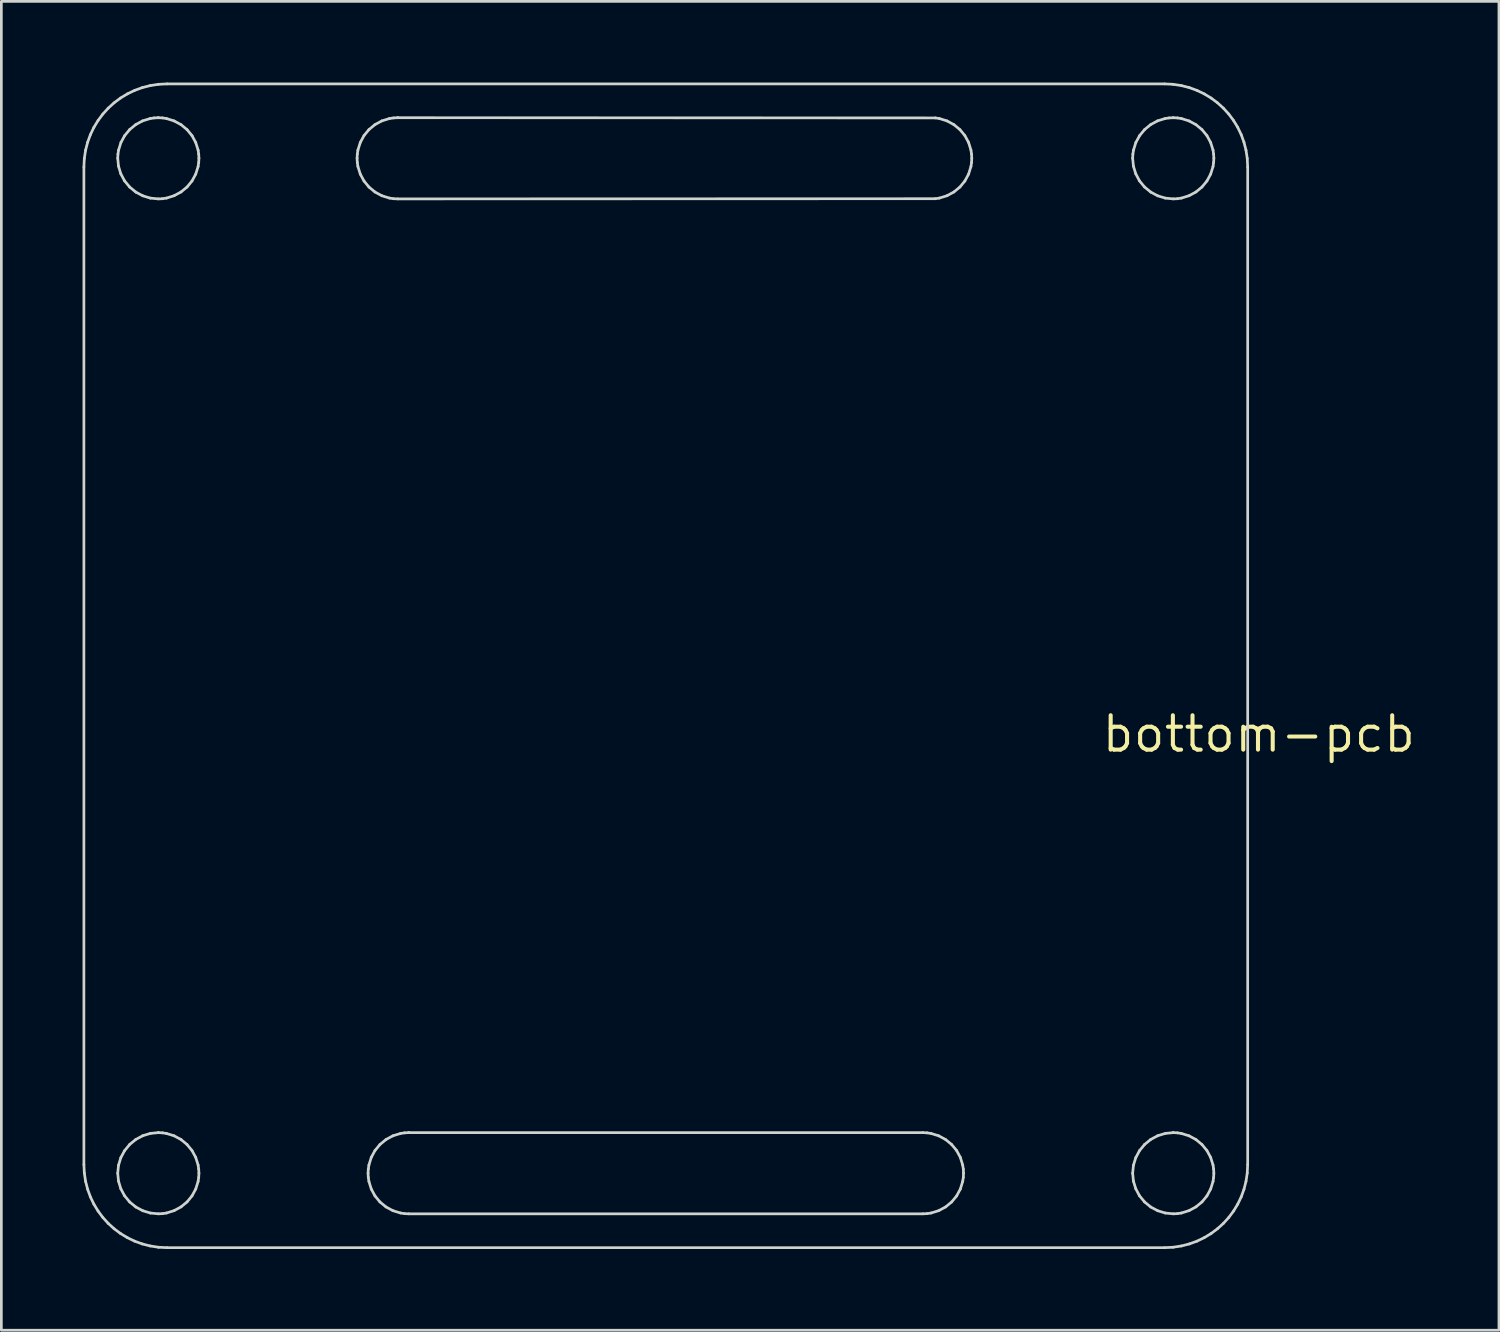
<source format=kicad_pcb>
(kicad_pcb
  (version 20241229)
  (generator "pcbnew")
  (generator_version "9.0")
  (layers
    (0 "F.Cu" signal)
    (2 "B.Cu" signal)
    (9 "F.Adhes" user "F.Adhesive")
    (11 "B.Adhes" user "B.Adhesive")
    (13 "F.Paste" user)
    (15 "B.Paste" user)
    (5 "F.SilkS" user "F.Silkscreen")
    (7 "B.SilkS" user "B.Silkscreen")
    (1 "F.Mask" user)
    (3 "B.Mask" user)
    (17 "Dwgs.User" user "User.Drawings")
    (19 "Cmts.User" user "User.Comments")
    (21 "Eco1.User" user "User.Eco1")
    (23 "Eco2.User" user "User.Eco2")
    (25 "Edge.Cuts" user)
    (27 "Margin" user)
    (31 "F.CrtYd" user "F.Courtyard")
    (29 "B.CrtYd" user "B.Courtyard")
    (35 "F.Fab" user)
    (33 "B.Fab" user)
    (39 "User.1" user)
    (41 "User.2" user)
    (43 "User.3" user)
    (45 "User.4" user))
  (footprint "bottom-pcb"
    (layer "F.Cu")
    (at 43.461 24.068)
    (property "Reference" "bottom-pcb" (at 0 0 0) (layer "F.SilkS") (effects (font (size 1.27 1.27) (thickness 0.15))))
    (attr through_hole)
    (fp_line (start -33.223 -21.26) (end -10.719 -21.26) (stroke (width 0.15) (type solid)) (layer "Eco1.User"))
    (fp_line (start -43.411 -20.947) (end -43.411 15.91) (stroke (width 0.1) (type solid)) (layer "Edge.Cuts"))
    (fp_line (start -43.411 15.91) (end -43.395 16.225) (stroke (width 0.1) (type solid)) (layer "Edge.Cuts"))
    (fp_line (start -43.395 -21.262) (end -43.411 -20.947) (stroke (width 0.1) (type solid)) (layer "Edge.Cuts"))
    (fp_line (start -43.395 16.225) (end -43.349 16.53) (stroke (width 0.1) (type solid)) (layer "Edge.Cuts"))
    (fp_line (start -43.349 -21.568) (end -43.395 -21.262) (stroke (width 0.1) (type solid)) (layer "Edge.Cuts"))
    (fp_line (start -43.349 16.53) (end -43.273 16.825) (stroke (width 0.1) (type solid)) (layer "Edge.Cuts"))
    (fp_line (start -43.273 -21.863) (end -43.349 -21.568) (stroke (width 0.1) (type solid)) (layer "Edge.Cuts"))
    (fp_line (start -43.273 16.825) (end -43.17 17.108) (stroke (width 0.1) (type solid)) (layer "Edge.Cuts"))
    (fp_line (start -43.17 -22.145) (end -43.273 -21.863) (stroke (width 0.1) (type solid)) (layer "Edge.Cuts"))
    (fp_line (start -43.17 17.108) (end -43.041 17.376) (stroke (width 0.1) (type solid)) (layer "Edge.Cuts"))
    (fp_line (start -43.041 -22.414) (end -43.17 -22.145) (stroke (width 0.1) (type solid)) (layer "Edge.Cuts"))
    (fp_line (start -43.041 17.376) (end -42.887 17.63) (stroke (width 0.1) (type solid)) (layer "Edge.Cuts"))
    (fp_line (start -42.887 -22.667) (end -43.041 -22.414) (stroke (width 0.1) (type solid)) (layer "Edge.Cuts"))
    (fp_line (start -42.887 17.63) (end -42.711 17.866) (stroke (width 0.1) (type solid)) (layer "Edge.Cuts"))
    (fp_line (start -42.711 -22.903) (end -42.887 -22.667) (stroke (width 0.1) (type solid)) (layer "Edge.Cuts"))
    (fp_line (start -42.711 17.866) (end -42.513 18.084) (stroke (width 0.1) (type solid)) (layer "Edge.Cuts"))
    (fp_line (start -42.513 -23.121) (end -42.711 -22.903) (stroke (width 0.1) (type solid)) (layer "Edge.Cuts"))
    (fp_line (start -42.513 18.084) (end -42.295 18.282) (stroke (width 0.1) (type solid)) (layer "Edge.Cuts"))
    (fp_line (start -42.295 -23.319) (end -42.513 -23.121) (stroke (width 0.1) (type solid)) (layer "Edge.Cuts"))
    (fp_line (start -42.295 18.282) (end -42.059 18.458) (stroke (width 0.1) (type solid)) (layer "Edge.Cuts"))
    (fp_line (start -42.161 -21.269) (end -42.153 -21.422) (stroke (width 0.1) (type solid)) (layer "Edge.Cuts"))
    (fp_line (start -42.161 16.231) (end -42.132 15.937) (stroke (width 0.1) (type solid)) (layer "Edge.Cuts"))
    (fp_line (start -42.153 -21.422) (end -42.13 -21.571) (stroke (width 0.1) (type solid)) (layer "Edge.Cuts"))
    (fp_line (start -42.132 -20.975) (end -42.161 -21.269) (stroke (width 0.1) (type solid)) (layer "Edge.Cuts"))
    (fp_line (start -42.132 15.937) (end -42.047 15.657) (stroke (width 0.1) (type solid)) (layer "Edge.Cuts"))
    (fp_line (start -42.132 16.525) (end -42.161 16.231) (stroke (width 0.1) (type solid)) (layer "Edge.Cuts"))
    (fp_line (start -42.13 -21.571) (end -42.043 -21.853) (stroke (width 0.1) (type solid)) (layer "Edge.Cuts"))
    (fp_line (start -42.059 -23.495) (end -42.295 -23.319) (stroke (width 0.1) (type solid)) (layer "Edge.Cuts"))
    (fp_line (start -42.059 18.458) (end -41.805 18.612) (stroke (width 0.1) (type solid)) (layer "Edge.Cuts"))
    (fp_line (start -42.047 16.805) (end -42.132 16.525) (stroke (width 0.1) (type solid)) (layer "Edge.Cuts"))
    (fp_line (start -42.047 -20.695) (end -42.132 -20.975) (stroke (width 0.1) (type solid)) (layer "Edge.Cuts"))
    (fp_line (start -42.047 15.657) (end -41.909 15.399) (stroke (width 0.1) (type solid)) (layer "Edge.Cuts"))
    (fp_line (start -42.043 -21.853) (end -41.904 -22.107) (stroke (width 0.1) (type solid)) (layer "Edge.Cuts"))
    (fp_line (start -41.909 15.399) (end -41.721 15.17) (stroke (width 0.1) (type solid)) (layer "Edge.Cuts"))
    (fp_line (start -41.909 17.064) (end -42.047 16.805) (stroke (width 0.1) (type solid)) (layer "Edge.Cuts"))
    (fp_line (start -41.909 -20.436) (end -42.047 -20.695) (stroke (width 0.1) (type solid)) (layer "Edge.Cuts"))
    (fp_line (start -41.904 -22.107) (end -41.721 -22.329) (stroke (width 0.1) (type solid)) (layer "Edge.Cuts"))
    (fp_line (start -41.805 -23.649) (end -42.059 -23.495) (stroke (width 0.1) (type solid)) (layer "Edge.Cuts"))
    (fp_line (start -41.805 18.612) (end -41.537 18.741) (stroke (width 0.1) (type solid)) (layer "Edge.Cuts"))
    (fp_line (start -41.721 17.292) (end -41.909 17.064) (stroke (width 0.1) (type solid)) (layer "Edge.Cuts"))
    (fp_line (start -41.721 -20.208) (end -41.909 -20.436) (stroke (width 0.1) (type solid)) (layer "Edge.Cuts"))
    (fp_line (start -41.721 15.17) (end -41.493 14.983) (stroke (width 0.1) (type solid)) (layer "Edge.Cuts"))
    (fp_line (start -41.721 -22.329) (end -41.499 -22.512) (stroke (width 0.1) (type solid)) (layer "Edge.Cuts"))
    (fp_line (start -41.537 -23.778) (end -41.805 -23.649) (stroke (width 0.1) (type solid)) (layer "Edge.Cuts"))
    (fp_line (start -41.537 18.741) (end -41.254 18.844) (stroke (width 0.1) (type solid)) (layer "Edge.Cuts"))
    (fp_line (start -41.499 -22.512) (end -41.244 -22.651) (stroke (width 0.1) (type solid)) (layer "Edge.Cuts"))
    (fp_line (start -41.493 17.479) (end -41.721 17.292) (stroke (width 0.1) (type solid)) (layer "Edge.Cuts"))
    (fp_line (start -41.493 -20.021) (end -41.721 -20.208) (stroke (width 0.1) (type solid)) (layer "Edge.Cuts"))
    (fp_line (start -41.493 14.983) (end -41.235 14.845) (stroke (width 0.1) (type solid)) (layer "Edge.Cuts"))
    (fp_line (start -41.254 -23.881) (end -41.537 -23.778) (stroke (width 0.1) (type solid)) (layer "Edge.Cuts"))
    (fp_line (start -41.254 18.844) (end -40.96 18.919) (stroke (width 0.1) (type solid)) (layer "Edge.Cuts"))
    (fp_line (start -41.244 -22.651) (end -40.963 -22.738) (stroke (width 0.1) (type solid)) (layer "Edge.Cuts"))
    (fp_line (start -41.235 -19.883) (end -41.493 -20.021) (stroke (width 0.1) (type solid)) (layer "Edge.Cuts"))
    (fp_line (start -41.235 14.845) (end -40.955 14.76) (stroke (width 0.1) (type solid)) (layer "Edge.Cuts"))
    (fp_line (start -41.235 17.617) (end -41.493 17.479) (stroke (width 0.1) (type solid)) (layer "Edge.Cuts"))
    (fp_line (start -40.963 -22.738) (end -40.814 -22.761) (stroke (width 0.1) (type solid)) (layer "Edge.Cuts"))
    (fp_line (start -40.96 -23.956) (end -41.254 -23.881) (stroke (width 0.1) (type solid)) (layer "Edge.Cuts"))
    (fp_line (start -40.96 18.919) (end -40.654 18.966) (stroke (width 0.1) (type solid)) (layer "Edge.Cuts"))
    (fp_line (start -40.955 -19.798) (end -41.235 -19.883) (stroke (width 0.1) (type solid)) (layer "Edge.Cuts"))
    (fp_line (start -40.955 14.76) (end -40.66 14.731) (stroke (width 0.1) (type solid)) (layer "Edge.Cuts"))
    (fp_line (start -40.955 17.702) (end -41.235 17.617) (stroke (width 0.1) (type solid)) (layer "Edge.Cuts"))
    (fp_line (start -40.814 -22.761) (end -40.66 -22.768) (stroke (width 0.1) (type solid)) (layer "Edge.Cuts"))
    (fp_line (start -40.66 -22.768) (end -40.66 -22.768) (stroke (width 0.1) (type solid)) (layer "Edge.Cuts"))
    (fp_line (start -40.66 -22.768) (end -40.507 -22.761) (stroke (width 0.1) (type solid)) (layer "Edge.Cuts"))
    (fp_line (start -40.66 -19.769) (end -40.955 -19.798) (stroke (width 0.1) (type solid)) (layer "Edge.Cuts"))
    (fp_line (start -40.66 14.731) (end -40.66 14.731) (stroke (width 0.1) (type solid)) (layer "Edge.Cuts"))
    (fp_line (start -40.66 14.731) (end -40.507 14.739) (stroke (width 0.1) (type solid)) (layer "Edge.Cuts"))
    (fp_line (start -40.66 17.731) (end -40.955 17.702) (stroke (width 0.1) (type solid)) (layer "Edge.Cuts"))
    (fp_line (start -40.654 -24.003) (end -40.96 -23.956) (stroke (width 0.1) (type solid)) (layer "Edge.Cuts"))
    (fp_line (start -40.654 18.966) (end -40.339 18.982) (stroke (width 0.1) (type solid)) (layer "Edge.Cuts"))
    (fp_line (start -40.507 -22.761) (end -40.358 -22.738) (stroke (width 0.1) (type solid)) (layer "Edge.Cuts"))
    (fp_line (start -40.507 -19.776) (end -40.66 -19.769) (stroke (width 0.1) (type solid)) (layer "Edge.Cuts"))
    (fp_line (start -40.507 14.739) (end -40.358 14.762) (stroke (width 0.1) (type solid)) (layer "Edge.Cuts"))
    (fp_line (start -40.507 17.724) (end -40.66 17.731) (stroke (width 0.1) (type solid)) (layer "Edge.Cuts"))
    (fp_line (start -40.358 -22.738) (end -40.077 -22.65) (stroke (width 0.1) (type solid)) (layer "Edge.Cuts"))
    (fp_line (start -40.358 -19.799) (end -40.507 -19.776) (stroke (width 0.1) (type solid)) (layer "Edge.Cuts"))
    (fp_line (start -40.358 14.762) (end -40.077 14.849) (stroke (width 0.1) (type solid)) (layer "Edge.Cuts"))
    (fp_line (start -40.358 17.701) (end -40.507 17.724) (stroke (width 0.1) (type solid)) (layer "Edge.Cuts"))
    (fp_line (start -40.339 -24.018) (end -40.654 -24.003) (stroke (width 0.1) (type solid)) (layer "Edge.Cuts"))
    (fp_line (start -40.339 18.982) (end -3.482 18.982) (stroke (width 0.1) (type solid)) (layer "Edge.Cuts"))
    (fp_line (start -40.077 -22.65) (end -39.822 -22.512) (stroke (width 0.1) (type solid)) (layer "Edge.Cuts"))
    (fp_line (start -40.077 -19.887) (end -40.358 -19.799) (stroke (width 0.1) (type solid)) (layer "Edge.Cuts"))
    (fp_line (start -40.077 14.849) (end -39.822 14.987) (stroke (width 0.1) (type solid)) (layer "Edge.Cuts"))
    (fp_line (start -40.077 17.613) (end -40.358 17.701) (stroke (width 0.1) (type solid)) (layer "Edge.Cuts"))
    (fp_line (start -39.822 -22.512) (end -39.6 -22.329) (stroke (width 0.1) (type solid)) (layer "Edge.Cuts"))
    (fp_line (start -39.822 -20.025) (end -40.077 -19.887) (stroke (width 0.1) (type solid)) (layer "Edge.Cuts"))
    (fp_line (start -39.822 14.987) (end -39.6 15.171) (stroke (width 0.1) (type solid)) (layer "Edge.Cuts"))
    (fp_line (start -39.822 17.475) (end -40.077 17.613) (stroke (width 0.1) (type solid)) (layer "Edge.Cuts"))
    (fp_line (start -39.6 -22.329) (end -39.417 -22.107) (stroke (width 0.1) (type solid)) (layer "Edge.Cuts"))
    (fp_line (start -39.6 -20.208) (end -39.822 -20.025) (stroke (width 0.1) (type solid)) (layer "Edge.Cuts"))
    (fp_line (start -39.6 15.171) (end -39.417 15.393) (stroke (width 0.1) (type solid)) (layer "Edge.Cuts"))
    (fp_line (start -39.6 17.292) (end -39.822 17.475) (stroke (width 0.1) (type solid)) (layer "Edge.Cuts"))
    (fp_line (start -39.417 -22.107) (end -39.279 -21.852) (stroke (width 0.1) (type solid)) (layer "Edge.Cuts"))
    (fp_line (start -39.417 -20.43) (end -39.6 -20.208) (stroke (width 0.1) (type solid)) (layer "Edge.Cuts"))
    (fp_line (start -39.417 15.393) (end -39.279 15.647) (stroke (width 0.1) (type solid)) (layer "Edge.Cuts"))
    (fp_line (start -39.417 17.07) (end -39.6 17.292) (stroke (width 0.1) (type solid)) (layer "Edge.Cuts"))
    (fp_line (start -39.279 -21.852) (end -39.191 -21.571) (stroke (width 0.1) (type solid)) (layer "Edge.Cuts"))
    (fp_line (start -39.279 -20.685) (end -39.417 -20.43) (stroke (width 0.1) (type solid)) (layer "Edge.Cuts"))
    (fp_line (start -39.279 15.647) (end -39.191 15.929) (stroke (width 0.1) (type solid)) (layer "Edge.Cuts"))
    (fp_line (start -39.279 16.815) (end -39.417 17.07) (stroke (width 0.1) (type solid)) (layer "Edge.Cuts"))
    (fp_line (start -39.191 -21.571) (end -39.169 -21.422) (stroke (width 0.1) (type solid)) (layer "Edge.Cuts"))
    (fp_line (start -39.191 -20.966) (end -39.279 -20.685) (stroke (width 0.1) (type solid)) (layer "Edge.Cuts"))
    (fp_line (start -39.191 15.929) (end -39.169 16.078) (stroke (width 0.1) (type solid)) (layer "Edge.Cuts"))
    (fp_line (start -39.191 16.534) (end -39.279 16.815) (stroke (width 0.1) (type solid)) (layer "Edge.Cuts"))
    (fp_line (start -39.169 -21.422) (end -39.161 -21.269) (stroke (width 0.1) (type solid)) (layer "Edge.Cuts"))
    (fp_line (start -39.169 -21.115) (end -39.191 -20.966) (stroke (width 0.1) (type solid)) (layer "Edge.Cuts"))
    (fp_line (start -39.169 16.078) (end -39.161 16.231) (stroke (width 0.1) (type solid)) (layer "Edge.Cuts"))
    (fp_line (start -39.169 16.385) (end -39.191 16.534) (stroke (width 0.1) (type solid)) (layer "Edge.Cuts"))
    (fp_line (start -39.161 -21.269) (end -39.169 -21.115) (stroke (width 0.1) (type solid)) (layer "Edge.Cuts"))
    (fp_line (start -39.161 16.231) (end -39.169 16.385) (stroke (width 0.1) (type solid)) (layer "Edge.Cuts"))
    (fp_line (start -33.317 -21.269) (end -33.309 -21.423) (stroke (width 0.1) (type solid)) (layer "Edge.Cuts"))
    (fp_line (start -33.309 -21.423) (end -33.287 -21.572) (stroke (width 0.1) (type solid)) (layer "Edge.Cuts"))
    (fp_line (start -33.309 -21.115) (end -33.317 -21.269) (stroke (width 0.1) (type solid)) (layer "Edge.Cuts"))
    (fp_line (start -33.287 -21.572) (end -33.199 -21.854) (stroke (width 0.1) (type solid)) (layer "Edge.Cuts"))
    (fp_line (start -33.287 -20.966) (end -33.309 -21.115) (stroke (width 0.1) (type solid)) (layer "Edge.Cuts"))
    (fp_line (start -33.199 -21.854) (end -33.061 -22.109) (stroke (width 0.1) (type solid)) (layer "Edge.Cuts"))
    (fp_line (start -33.199 -20.684) (end -33.287 -20.966) (stroke (width 0.1) (type solid)) (layer "Edge.Cuts"))
    (fp_line (start -33.061 -22.109) (end -32.879 -22.33) (stroke (width 0.1) (type solid)) (layer "Edge.Cuts"))
    (fp_line (start -33.061 -20.429) (end -33.199 -20.684) (stroke (width 0.1) (type solid)) (layer "Edge.Cuts"))
    (fp_line (start -32.911 16.231) (end -32.903 16.078) (stroke (width 0.1) (type solid)) (layer "Edge.Cuts"))
    (fp_line (start -32.903 16.078) (end -32.88 15.928) (stroke (width 0.1) (type solid)) (layer "Edge.Cuts"))
    (fp_line (start -32.903 16.385) (end -32.911 16.231) (stroke (width 0.1) (type solid)) (layer "Edge.Cuts"))
    (fp_line (start -32.88 15.928) (end -32.793 15.646) (stroke (width 0.1) (type solid)) (layer "Edge.Cuts"))
    (fp_line (start -32.88 16.534) (end -32.903 16.385) (stroke (width 0.1) (type solid)) (layer "Edge.Cuts"))
    (fp_line (start -32.879 -22.33) (end -32.657 -22.513) (stroke (width 0.1) (type solid)) (layer "Edge.Cuts"))
    (fp_line (start -32.879 -20.207) (end -33.061 -20.429) (stroke (width 0.1) (type solid)) (layer "Edge.Cuts"))
    (fp_line (start -32.793 15.646) (end -32.655 15.391) (stroke (width 0.1) (type solid)) (layer "Edge.Cuts"))
    (fp_line (start -32.793 16.816) (end -32.88 16.534) (stroke (width 0.1) (type solid)) (layer "Edge.Cuts"))
    (fp_line (start -32.657 -22.513) (end -32.402 -22.651) (stroke (width 0.1) (type solid)) (layer "Edge.Cuts"))
    (fp_line (start -32.657 -20.024) (end -32.879 -20.207) (stroke (width 0.1) (type solid)) (layer "Edge.Cuts"))
    (fp_line (start -32.655 15.391) (end -32.472 15.17) (stroke (width 0.1) (type solid)) (layer "Edge.Cuts"))
    (fp_line (start -32.655 17.071) (end -32.793 16.816) (stroke (width 0.1) (type solid)) (layer "Edge.Cuts"))
    (fp_line (start -32.472 15.17) (end -32.25 14.987) (stroke (width 0.1) (type solid)) (layer "Edge.Cuts"))
    (fp_line (start -32.472 17.293) (end -32.655 17.071) (stroke (width 0.1) (type solid)) (layer "Edge.Cuts"))
    (fp_line (start -32.402 -22.651) (end -32.12 -22.739) (stroke (width 0.1) (type solid)) (layer "Edge.Cuts"))
    (fp_line (start -32.402 -19.886) (end -32.657 -20.024) (stroke (width 0.1) (type solid)) (layer "Edge.Cuts"))
    (fp_line (start -32.25 14.987) (end -31.995 14.849) (stroke (width 0.1) (type solid)) (layer "Edge.Cuts"))
    (fp_line (start -32.25 17.476) (end -32.472 17.293) (stroke (width 0.1) (type solid)) (layer "Edge.Cuts"))
    (fp_line (start -32.12 -22.739) (end -31.971 -22.761) (stroke (width 0.1) (type solid)) (layer "Edge.Cuts"))
    (fp_line (start -32.12 -19.799) (end -32.402 -19.886) (stroke (width 0.1) (type solid)) (layer "Edge.Cuts"))
    (fp_line (start -31.995 14.849) (end -31.713 14.762) (stroke (width 0.1) (type solid)) (layer "Edge.Cuts"))
    (fp_line (start -31.995 17.614) (end -32.25 17.476) (stroke (width 0.1) (type solid)) (layer "Edge.Cuts"))
    (fp_line (start -31.971 -22.761) (end -31.817 -22.769) (stroke (width 0.1) (type solid)) (layer "Edge.Cuts"))
    (fp_line (start -31.971 -19.776) (end -32.12 -19.799) (stroke (width 0.1) (type solid)) (layer "Edge.Cuts"))
    (fp_line (start -31.817 -22.769) (end -31.817 -22.769) (stroke (width 0.1) (type solid)) (layer "Edge.Cuts"))
    (fp_line (start -31.817 -22.769) (end -11.952 -22.761) (stroke (width 0.1) (type solid)) (layer "Edge.Cuts"))
    (fp_line (start -31.817 -19.769) (end -31.971 -19.776) (stroke (width 0.1) (type solid)) (layer "Edge.Cuts"))
    (fp_line (start -31.713 14.762) (end -31.564 14.739) (stroke (width 0.1) (type solid)) (layer "Edge.Cuts"))
    (fp_line (start -31.713 17.701) (end -31.995 17.614) (stroke (width 0.1) (type solid)) (layer "Edge.Cuts"))
    (fp_line (start -31.564 14.739) (end -31.41 14.731) (stroke (width 0.1) (type solid)) (layer "Edge.Cuts"))
    (fp_line (start -31.564 17.724) (end -31.713 17.701) (stroke (width 0.1) (type solid)) (layer "Edge.Cuts"))
    (fp_line (start -31.41 14.731) (end -31.41 14.731) (stroke (width 0.1) (type solid)) (layer "Edge.Cuts"))
    (fp_line (start -31.41 14.731) (end -12.411 14.731) (stroke (width 0.1) (type solid)) (layer "Edge.Cuts"))
    (fp_line (start -31.41 17.731) (end -31.564 17.724) (stroke (width 0.1) (type solid)) (layer "Edge.Cuts"))
    (fp_line (start -12.411 14.731) (end -12.257 14.739) (stroke (width 0.1) (type solid)) (layer "Edge.Cuts"))
    (fp_line (start -12.411 17.731) (end -31.41 17.731) (stroke (width 0.1) (type solid)) (layer "Edge.Cuts"))
    (fp_line (start -12.257 17.724) (end -12.411 17.731) (stroke (width 0.1) (type solid)) (layer "Edge.Cuts"))
    (fp_line (start -12.257 14.739) (end -12.107 14.762) (stroke (width 0.1) (type solid)) (layer "Edge.Cuts"))
    (fp_line (start -12.107 17.701) (end -12.257 17.724) (stroke (width 0.1) (type solid)) (layer "Edge.Cuts"))
    (fp_line (start -12.107 14.762) (end -11.826 14.849) (stroke (width 0.1) (type solid)) (layer "Edge.Cuts"))
    (fp_line (start -11.952 -19.776) (end -31.817 -19.769) (stroke (width 0.1) (type solid)) (layer "Edge.Cuts"))
    (fp_line (start -11.952 -22.761) (end -11.803 -22.739) (stroke (width 0.1) (type solid)) (layer "Edge.Cuts"))
    (fp_line (start -11.826 17.614) (end -12.107 17.701) (stroke (width 0.1) (type solid)) (layer "Edge.Cuts"))
    (fp_line (start -11.826 14.849) (end -11.571 14.987) (stroke (width 0.1) (type solid)) (layer "Edge.Cuts"))
    (fp_line (start -11.803 -19.799) (end -11.952 -19.776) (stroke (width 0.1) (type solid)) (layer "Edge.Cuts"))
    (fp_line (start -11.803 -22.739) (end -11.521 -22.651) (stroke (width 0.1) (type solid)) (layer "Edge.Cuts"))
    (fp_line (start -11.571 17.476) (end -11.826 17.614) (stroke (width 0.1) (type solid)) (layer "Edge.Cuts"))
    (fp_line (start -11.571 14.987) (end -11.349 15.17) (stroke (width 0.1) (type solid)) (layer "Edge.Cuts"))
    (fp_line (start -11.521 -19.886) (end -11.803 -19.799) (stroke (width 0.1) (type solid)) (layer "Edge.Cuts"))
    (fp_line (start -11.521 -22.651) (end -11.266 -22.513) (stroke (width 0.1) (type solid)) (layer "Edge.Cuts"))
    (fp_line (start -11.349 17.293) (end -11.571 17.476) (stroke (width 0.1) (type solid)) (layer "Edge.Cuts"))
    (fp_line (start -11.349 15.17) (end -11.166 15.391) (stroke (width 0.1) (type solid)) (layer "Edge.Cuts"))
    (fp_line (start -11.266 -20.024) (end -11.521 -19.886) (stroke (width 0.1) (type solid)) (layer "Edge.Cuts"))
    (fp_line (start -11.266 -22.513) (end -11.044 -22.33) (stroke (width 0.1) (type solid)) (layer "Edge.Cuts"))
    (fp_line (start -11.166 17.071) (end -11.349 17.293) (stroke (width 0.1) (type solid)) (layer "Edge.Cuts"))
    (fp_line (start -11.166 15.391) (end -11.028 15.646) (stroke (width 0.1) (type solid)) (layer "Edge.Cuts"))
    (fp_line (start -11.044 -20.207) (end -11.266 -20.024) (stroke (width 0.1) (type solid)) (layer "Edge.Cuts"))
    (fp_line (start -11.044 -22.33) (end -10.861 -22.109) (stroke (width 0.1) (type solid)) (layer "Edge.Cuts"))
    (fp_line (start -11.028 16.816) (end -11.166 17.071) (stroke (width 0.1) (type solid)) (layer "Edge.Cuts"))
    (fp_line (start -11.028 15.646) (end -10.941 15.928) (stroke (width 0.1) (type solid)) (layer "Edge.Cuts"))
    (fp_line (start -10.941 15.928) (end -10.918 16.078) (stroke (width 0.1) (type solid)) (layer "Edge.Cuts"))
    (fp_line (start -10.941 16.534) (end -11.028 16.816) (stroke (width 0.1) (type solid)) (layer "Edge.Cuts"))
    (fp_line (start -10.918 16.078) (end -10.91 16.231) (stroke (width 0.1) (type solid)) (layer "Edge.Cuts"))
    (fp_line (start -10.918 16.385) (end -10.941 16.534) (stroke (width 0.1) (type solid)) (layer "Edge.Cuts"))
    (fp_line (start -10.91 16.231) (end -10.918 16.385) (stroke (width 0.1) (type solid)) (layer "Edge.Cuts"))
    (fp_line (start -10.861 -20.429) (end -11.044 -20.207) (stroke (width 0.1) (type solid)) (layer "Edge.Cuts"))
    (fp_line (start -10.861 -22.109) (end -10.723 -21.854) (stroke (width 0.1) (type solid)) (layer "Edge.Cuts"))
    (fp_line (start -10.723 -20.684) (end -10.861 -20.429) (stroke (width 0.1) (type solid)) (layer "Edge.Cuts"))
    (fp_line (start -10.723 -21.854) (end -10.636 -21.572) (stroke (width 0.1) (type solid)) (layer "Edge.Cuts"))
    (fp_line (start -10.636 -21.572) (end -10.613 -21.423) (stroke (width 0.1) (type solid)) (layer "Edge.Cuts"))
    (fp_line (start -10.636 -20.966) (end -10.723 -20.684) (stroke (width 0.1) (type solid)) (layer "Edge.Cuts"))
    (fp_line (start -10.613 -21.423) (end -10.606 -21.269) (stroke (width 0.1) (type solid)) (layer "Edge.Cuts"))
    (fp_line (start -10.613 -21.115) (end -10.636 -20.966) (stroke (width 0.1) (type solid)) (layer "Edge.Cuts"))
    (fp_line (start -10.606 -21.269) (end -10.613 -21.115) (stroke (width 0.1) (type solid)) (layer "Edge.Cuts"))
    (fp_line (start -4.661 -21.269) (end -4.653 -21.422) (stroke (width 0.1) (type solid)) (layer "Edge.Cuts"))
    (fp_line (start -4.661 16.231) (end -4.632 15.937) (stroke (width 0.1) (type solid)) (layer "Edge.Cuts"))
    (fp_line (start -4.653 -21.422) (end -4.63 -21.571) (stroke (width 0.1) (type solid)) (layer "Edge.Cuts"))
    (fp_line (start -4.632 -20.975) (end -4.661 -21.269) (stroke (width 0.1) (type solid)) (layer "Edge.Cuts"))
    (fp_line (start -4.632 15.937) (end -4.546 15.657) (stroke (width 0.1) (type solid)) (layer "Edge.Cuts"))
    (fp_line (start -4.632 16.525) (end -4.661 16.231) (stroke (width 0.1) (type solid)) (layer "Edge.Cuts"))
    (fp_line (start -4.63 -21.571) (end -4.543 -21.853) (stroke (width 0.1) (type solid)) (layer "Edge.Cuts"))
    (fp_line (start -4.546 15.657) (end -4.409 15.399) (stroke (width 0.1) (type solid)) (layer "Edge.Cuts"))
    (fp_line (start -4.546 16.805) (end -4.632 16.525) (stroke (width 0.1) (type solid)) (layer "Edge.Cuts"))
    (fp_line (start -4.546 -20.695) (end -4.632 -20.975) (stroke (width 0.1) (type solid)) (layer "Edge.Cuts"))
    (fp_line (start -4.543 -21.853) (end -4.404 -22.107) (stroke (width 0.1) (type solid)) (layer "Edge.Cuts"))
    (fp_line (start -4.409 15.399) (end -4.221 15.17) (stroke (width 0.1) (type solid)) (layer "Edge.Cuts"))
    (fp_line (start -4.409 17.064) (end -4.546 16.805) (stroke (width 0.1) (type solid)) (layer "Edge.Cuts"))
    (fp_line (start -4.409 -20.436) (end -4.546 -20.695) (stroke (width 0.1) (type solid)) (layer "Edge.Cuts"))
    (fp_line (start -4.404 -22.107) (end -4.221 -22.329) (stroke (width 0.1) (type solid)) (layer "Edge.Cuts"))
    (fp_line (start -4.221 17.292) (end -4.409 17.064) (stroke (width 0.1) (type solid)) (layer "Edge.Cuts"))
    (fp_line (start -4.221 -20.208) (end -4.409 -20.436) (stroke (width 0.1) (type solid)) (layer "Edge.Cuts"))
    (fp_line (start -4.221 15.17) (end -3.993 14.983) (stroke (width 0.1) (type solid)) (layer "Edge.Cuts"))
    (fp_line (start -4.221 -22.329) (end -3.999 -22.512) (stroke (width 0.1) (type solid)) (layer "Edge.Cuts"))
    (fp_line (start -3.999 -22.512) (end -3.744 -22.651) (stroke (width 0.1) (type solid)) (layer "Edge.Cuts"))
    (fp_line (start -3.993 17.479) (end -4.221 17.292) (stroke (width 0.1) (type solid)) (layer "Edge.Cuts"))
    (fp_line (start -3.993 -20.021) (end -4.221 -20.208) (stroke (width 0.1) (type solid)) (layer "Edge.Cuts"))
    (fp_line (start -3.993 14.983) (end -3.735 14.845) (stroke (width 0.1) (type solid)) (layer "Edge.Cuts"))
    (fp_line (start -3.744 -22.651) (end -3.463 -22.738) (stroke (width 0.1) (type solid)) (layer "Edge.Cuts"))
    (fp_line (start -3.735 17.617) (end -3.993 17.479) (stroke (width 0.1) (type solid)) (layer "Edge.Cuts"))
    (fp_line (start -3.735 -19.883) (end -3.993 -20.021) (stroke (width 0.1) (type solid)) (layer "Edge.Cuts"))
    (fp_line (start -3.735 14.845) (end -3.455 14.76) (stroke (width 0.1) (type solid)) (layer "Edge.Cuts"))
    (fp_line (start -3.482 -24.018) (end -40.339 -24.018) (stroke (width 0.1) (type solid)) (layer "Edge.Cuts"))
    (fp_line (start -3.482 18.982) (end -3.167 18.966) (stroke (width 0.1) (type solid)) (layer "Edge.Cuts"))
    (fp_line (start -3.463 -22.738) (end -3.314 -22.761) (stroke (width 0.1) (type solid)) (layer "Edge.Cuts"))
    (fp_line (start -3.455 17.702) (end -3.735 17.617) (stroke (width 0.1) (type solid)) (layer "Edge.Cuts"))
    (fp_line (start -3.455 -19.798) (end -3.735 -19.883) (stroke (width 0.1) (type solid)) (layer "Edge.Cuts"))
    (fp_line (start -3.455 14.76) (end -3.16 14.731) (stroke (width 0.1) (type solid)) (layer "Edge.Cuts"))
    (fp_line (start -3.314 -22.761) (end -3.16 -22.768) (stroke (width 0.1) (type solid)) (layer "Edge.Cuts"))
    (fp_line (start -3.167 -24.003) (end -3.482 -24.018) (stroke (width 0.1) (type solid)) (layer "Edge.Cuts"))
    (fp_line (start -3.167 18.966) (end -2.861 18.919) (stroke (width 0.1) (type solid)) (layer "Edge.Cuts"))
    (fp_line (start -3.16 -22.768) (end -3.16 -22.768) (stroke (width 0.1) (type solid)) (layer "Edge.Cuts"))
    (fp_line (start -3.16 -22.768) (end -3.007 -22.761) (stroke (width 0.1) (type solid)) (layer "Edge.Cuts"))
    (fp_line (start -3.16 -19.769) (end -3.455 -19.798) (stroke (width 0.1) (type solid)) (layer "Edge.Cuts"))
    (fp_line (start -3.16 14.731) (end -3.16 14.731) (stroke (width 0.1) (type solid)) (layer "Edge.Cuts"))
    (fp_line (start -3.16 14.731) (end -3.007 14.739) (stroke (width 0.1) (type solid)) (layer "Edge.Cuts"))
    (fp_line (start -3.16 17.731) (end -3.455 17.702) (stroke (width 0.1) (type solid)) (layer "Edge.Cuts"))
    (fp_line (start -3.007 -22.761) (end -2.858 -22.738) (stroke (width 0.1) (type solid)) (layer "Edge.Cuts"))
    (fp_line (start -3.007 -19.776) (end -3.16 -19.769) (stroke (width 0.1) (type solid)) (layer "Edge.Cuts"))
    (fp_line (start -3.007 14.739) (end -2.858 14.762) (stroke (width 0.1) (type solid)) (layer "Edge.Cuts"))
    (fp_line (start -3.007 17.724) (end -3.16 17.731) (stroke (width 0.1) (type solid)) (layer "Edge.Cuts"))
    (fp_line (start -2.861 -23.956) (end -3.167 -24.003) (stroke (width 0.1) (type solid)) (layer "Edge.Cuts"))
    (fp_line (start -2.861 18.919) (end -2.567 18.844) (stroke (width 0.1) (type solid)) (layer "Edge.Cuts"))
    (fp_line (start -2.858 -22.738) (end -2.577 -22.65) (stroke (width 0.1) (type solid)) (layer "Edge.Cuts"))
    (fp_line (start -2.858 -19.799) (end -3.007 -19.776) (stroke (width 0.1) (type solid)) (layer "Edge.Cuts"))
    (fp_line (start -2.858 14.762) (end -2.577 14.849) (stroke (width 0.1) (type solid)) (layer "Edge.Cuts"))
    (fp_line (start -2.858 17.701) (end -3.007 17.724) (stroke (width 0.1) (type solid)) (layer "Edge.Cuts"))
    (fp_line (start -2.577 -22.65) (end -2.322 -22.512) (stroke (width 0.1) (type solid)) (layer "Edge.Cuts"))
    (fp_line (start -2.577 -19.887) (end -2.858 -19.799) (stroke (width 0.1) (type solid)) (layer "Edge.Cuts"))
    (fp_line (start -2.577 14.849) (end -2.322 14.987) (stroke (width 0.1) (type solid)) (layer "Edge.Cuts"))
    (fp_line (start -2.577 17.613) (end -2.858 17.701) (stroke (width 0.1) (type solid)) (layer "Edge.Cuts"))
    (fp_line (start -2.567 -23.881) (end -2.861 -23.956) (stroke (width 0.1) (type solid)) (layer "Edge.Cuts"))
    (fp_line (start -2.567 18.844) (end -2.284 18.741) (stroke (width 0.1) (type solid)) (layer "Edge.Cuts"))
    (fp_line (start -2.322 -22.512) (end -2.1 -22.329) (stroke (width 0.1) (type solid)) (layer "Edge.Cuts"))
    (fp_line (start -2.322 -20.025) (end -2.577 -19.887) (stroke (width 0.1) (type solid)) (layer "Edge.Cuts"))
    (fp_line (start -2.322 14.987) (end -2.1 15.171) (stroke (width 0.1) (type solid)) (layer "Edge.Cuts"))
    (fp_line (start -2.322 17.475) (end -2.577 17.613) (stroke (width 0.1) (type solid)) (layer "Edge.Cuts"))
    (fp_line (start -2.284 -23.778) (end -2.567 -23.881) (stroke (width 0.1) (type solid)) (layer "Edge.Cuts"))
    (fp_line (start -2.284 18.741) (end -2.016 18.612) (stroke (width 0.1) (type solid)) (layer "Edge.Cuts"))
    (fp_line (start -2.1 -22.329) (end -1.917 -22.107) (stroke (width 0.1) (type solid)) (layer "Edge.Cuts"))
    (fp_line (start -2.1 -20.208) (end -2.322 -20.025) (stroke (width 0.1) (type solid)) (layer "Edge.Cuts"))
    (fp_line (start -2.1 15.171) (end -1.917 15.393) (stroke (width 0.1) (type solid)) (layer "Edge.Cuts"))
    (fp_line (start -2.1 17.292) (end -2.322 17.475) (stroke (width 0.1) (type solid)) (layer "Edge.Cuts"))
    (fp_line (start -2.016 -23.649) (end -2.284 -23.778) (stroke (width 0.1) (type solid)) (layer "Edge.Cuts"))
    (fp_line (start -2.016 18.612) (end -1.762 18.458) (stroke (width 0.1) (type solid)) (layer "Edge.Cuts"))
    (fp_line (start -1.917 -22.107) (end -1.779 -21.852) (stroke (width 0.1) (type solid)) (layer "Edge.Cuts"))
    (fp_line (start -1.917 -20.43) (end -2.1 -20.208) (stroke (width 0.1) (type solid)) (layer "Edge.Cuts"))
    (fp_line (start -1.917 15.393) (end -1.779 15.647) (stroke (width 0.1) (type solid)) (layer "Edge.Cuts"))
    (fp_line (start -1.917 17.07) (end -2.1 17.292) (stroke (width 0.1) (type solid)) (layer "Edge.Cuts"))
    (fp_line (start -1.779 -21.852) (end -1.691 -21.571) (stroke (width 0.1) (type solid)) (layer "Edge.Cuts"))
    (fp_line (start -1.779 -20.685) (end -1.917 -20.43) (stroke (width 0.1) (type solid)) (layer "Edge.Cuts"))
    (fp_line (start -1.779 15.647) (end -1.691 15.929) (stroke (width 0.1) (type solid)) (layer "Edge.Cuts"))
    (fp_line (start -1.779 16.815) (end -1.917 17.07) (stroke (width 0.1) (type solid)) (layer "Edge.Cuts"))
    (fp_line (start -1.762 -23.495) (end -2.016 -23.649) (stroke (width 0.1) (type solid)) (layer "Edge.Cuts"))
    (fp_line (start -1.762 18.458) (end -1.526 18.282) (stroke (width 0.1) (type solid)) (layer "Edge.Cuts"))
    (fp_line (start -1.691 -21.571) (end -1.669 -21.422) (stroke (width 0.1) (type solid)) (layer "Edge.Cuts"))
    (fp_line (start -1.691 -20.966) (end -1.779 -20.685) (stroke (width 0.1) (type solid)) (layer "Edge.Cuts"))
    (fp_line (start -1.691 15.929) (end -1.669 16.078) (stroke (width 0.1) (type solid)) (layer "Edge.Cuts"))
    (fp_line (start -1.691 16.534) (end -1.779 16.815) (stroke (width 0.1) (type solid)) (layer "Edge.Cuts"))
    (fp_line (start -1.669 -21.422) (end -1.661 -21.269) (stroke (width 0.1) (type solid)) (layer "Edge.Cuts"))
    (fp_line (start -1.669 -21.115) (end -1.691 -20.966) (stroke (width 0.1) (type solid)) (layer "Edge.Cuts"))
    (fp_line (start -1.669 16.078) (end -1.661 16.231) (stroke (width 0.1) (type solid)) (layer "Edge.Cuts"))
    (fp_line (start -1.669 16.385) (end -1.691 16.534) (stroke (width 0.1) (type solid)) (layer "Edge.Cuts"))
    (fp_line (start -1.661 -21.269) (end -1.669 -21.115) (stroke (width 0.1) (type solid)) (layer "Edge.Cuts"))
    (fp_line (start -1.661 16.231) (end -1.669 16.385) (stroke (width 0.1) (type solid)) (layer "Edge.Cuts"))
    (fp_line (start -1.526 -23.319) (end -1.762 -23.495) (stroke (width 0.1) (type solid)) (layer "Edge.Cuts"))
    (fp_line (start -1.526 18.282) (end -1.308 18.084) (stroke (width 0.1) (type solid)) (layer "Edge.Cuts"))
    (fp_line (start -1.308 -23.121) (end -1.526 -23.319) (stroke (width 0.1) (type solid)) (layer "Edge.Cuts"))
    (fp_line (start -1.308 18.084) (end -1.11 17.866) (stroke (width 0.1) (type solid)) (layer "Edge.Cuts"))
    (fp_line (start -1.11 -22.903) (end -1.308 -23.121) (stroke (width 0.1) (type solid)) (layer "Edge.Cuts"))
    (fp_line (start -1.11 17.866) (end -0.934 17.63) (stroke (width 0.1) (type solid)) (layer "Edge.Cuts"))
    (fp_line (start -0.934 -22.667) (end -1.11 -22.903) (stroke (width 0.1) (type solid)) (layer "Edge.Cuts"))
    (fp_line (start -0.934 17.63) (end -0.78 17.376) (stroke (width 0.1) (type solid)) (layer "Edge.Cuts"))
    (fp_line (start -0.78 -22.414) (end -0.934 -22.667) (stroke (width 0.1) (type solid)) (layer "Edge.Cuts"))
    (fp_line (start -0.78 17.376) (end -0.651 17.108) (stroke (width 0.1) (type solid)) (layer "Edge.Cuts"))
    (fp_line (start -0.651 -22.145) (end -0.78 -22.414) (stroke (width 0.1) (type solid)) (layer "Edge.Cuts"))
    (fp_line (start -0.651 17.108) (end -0.548 16.825) (stroke (width 0.1) (type solid)) (layer "Edge.Cuts"))
    (fp_line (start -0.548 -21.863) (end -0.651 -22.145) (stroke (width 0.1) (type solid)) (layer "Edge.Cuts"))
    (fp_line (start -0.548 16.825) (end -0.473 16.53) (stroke (width 0.1) (type solid)) (layer "Edge.Cuts"))
    (fp_line (start -0.473 -21.568) (end -0.548 -21.863) (stroke (width 0.1) (type solid)) (layer "Edge.Cuts"))
    (fp_line (start -0.473 16.53) (end -0.427 16.225) (stroke (width 0.1) (type solid)) (layer "Edge.Cuts"))
    (fp_line (start -0.427 -21.262) (end -0.473 -21.568) (stroke (width 0.1) (type solid)) (layer "Edge.Cuts"))
    (fp_line (start -0.427 16.225) (end -0.411 15.91) (stroke (width 0.1) (type solid)) (layer "Edge.Cuts"))
    (fp_line (start -0.411 -20.947) (end -0.427 -21.262) (stroke (width 0.1) (type solid)) (layer "Edge.Cuts"))
    (fp_line (start -0.411 15.91) (end -0.411 -20.947) (stroke (width 0.1) (type solid)) (layer "Edge.Cuts")))
  (gr_rect
    (start -3 -3)
    (end 52.334 46.1)
    (stroke (width 0.1) (type default))
    (fill no)
    (layer "Edge.Cuts")))
</source>
